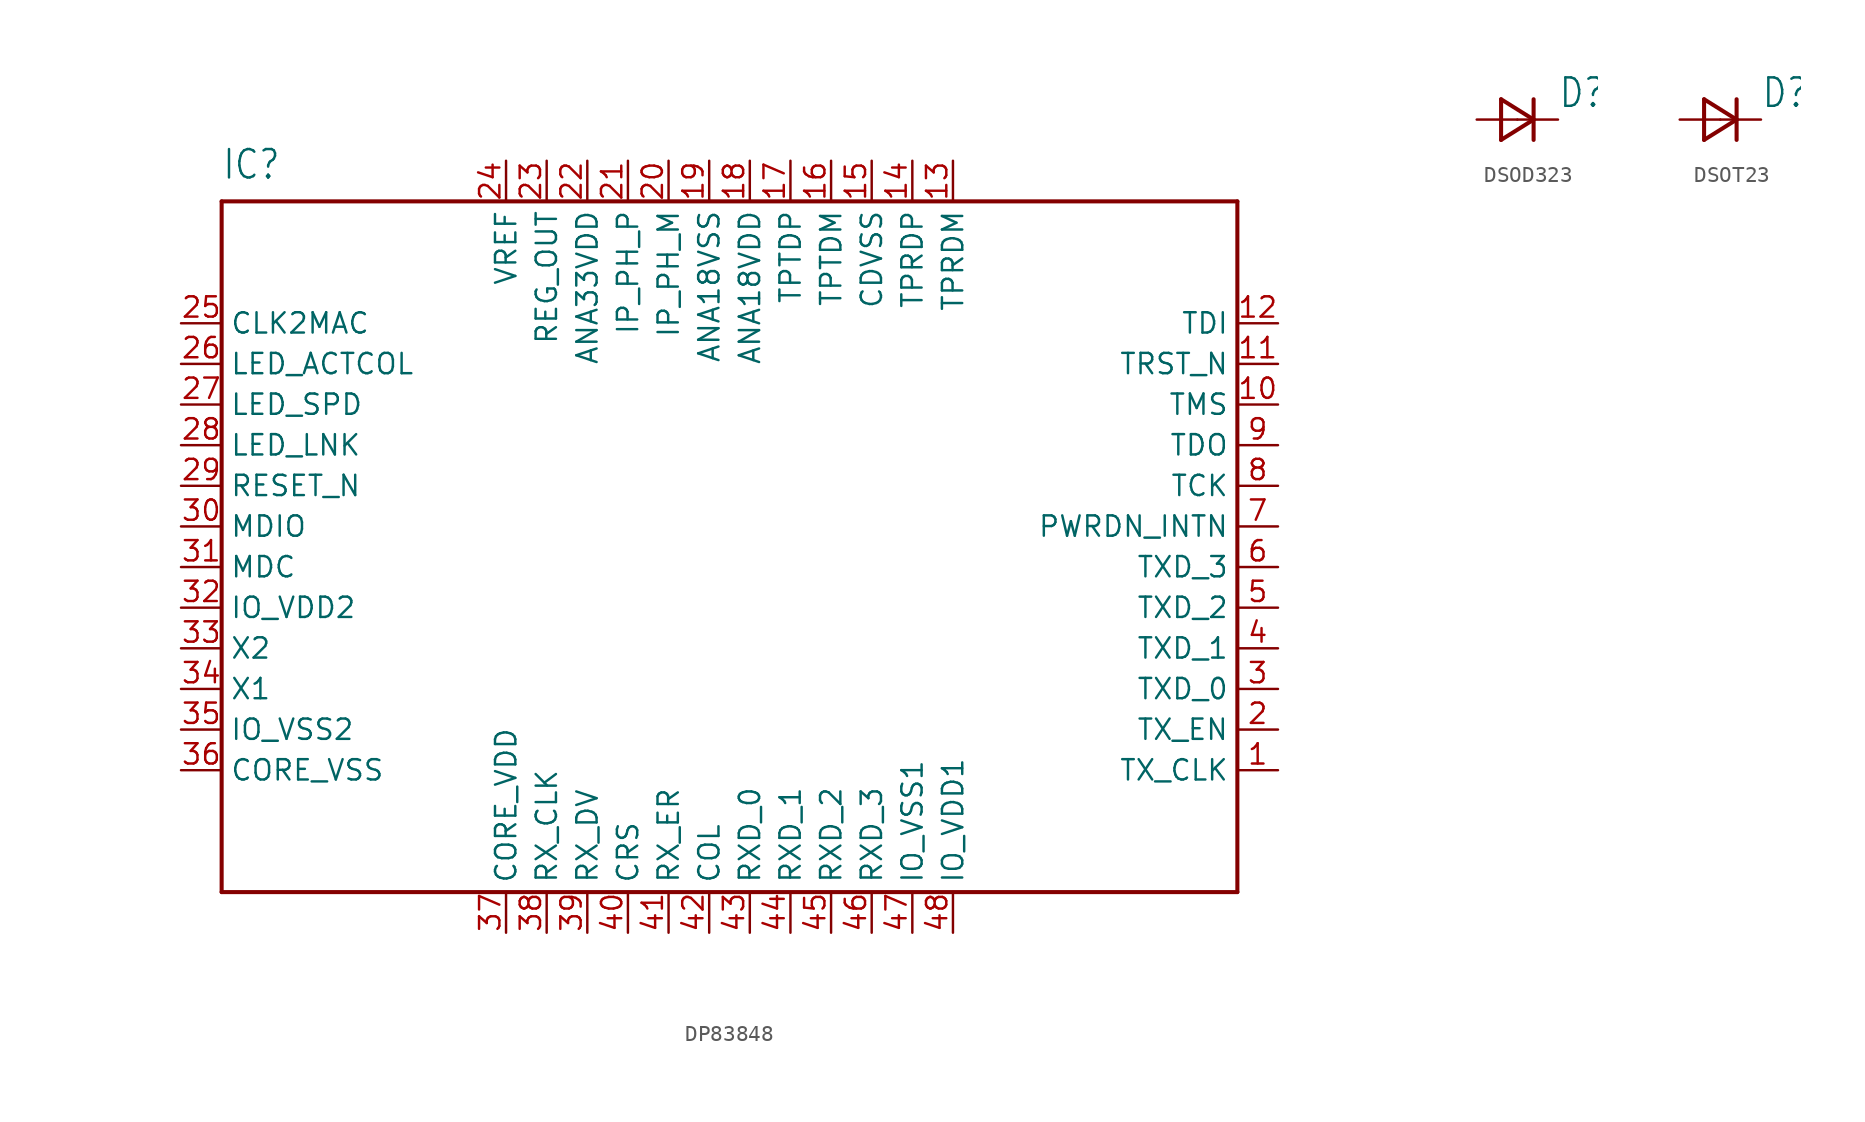
<source format=kicad_sym>
(kicad_symbol_lib
  (version 20220914)
  (generator kicad_symbol_editor)
  (symbol "DP83848"
    (property "Reference" "IC"
      (at -33.02 21.59 0)
      (effects (font (size 1.778 1.511)) (justify left bottom)))
    (property "Value" ""
      (at -33.02 -25.4 0)
      (effects (font (size 1.778 1.511)) (justify left bottom)))
    (property "ki_locked" ""
      (at 0 0 0)
      (effects (font (size 1.27 1.27))))
    (symbol "DP83848_1_0"
      (polyline (pts (xy -33.02 -22.86) (xy 30.48 -22.86)) (stroke (width 0.254) (type solid)) (fill (type none)))
      (polyline (pts (xy -33.02 20.32) (xy -33.02 -22.86)) (stroke (width 0.254) (type solid)) (fill (type none)))
      (polyline (pts (xy 30.48 -22.86) (xy 30.48 20.32)) (stroke (width 0.254) (type solid)) (fill (type none)))
      (polyline (pts (xy 30.48 20.32) (xy -33.02 20.32)) (stroke (width 0.254) (type solid)) (fill (type none)))
      (pin bidirectional line (at 33.02 -15.24 180) (length 2.54) (name "TX_CLK" (effects (font (size 1.27 1.27)))) (number "1" (effects (font (size 1.27 1.27)))))
      (pin input line (at 33.02 7.62 180) (length 2.54) (name "TMS" (effects (font (size 1.27 1.27)))) (number "10" (effects (font (size 1.27 1.27)))))
      (pin input line (at 33.02 10.16 180) (length 2.54) (name "TRST_N" (effects (font (size 1.27 1.27)))) (number "11" (effects (font (size 1.27 1.27)))))
      (pin input line (at 33.02 12.7 180) (length 2.54) (name "TDI" (effects (font (size 1.27 1.27)))) (number "12" (effects (font (size 1.27 1.27)))))
      (pin bidirectional line (at 12.7 22.86 270) (length 2.54) (name "TPRDM" (effects (font (size 1.27 1.27)))) (number "13" (effects (font (size 1.27 1.27)))))
      (pin bidirectional line (at 10.16 22.86 270) (length 2.54) (name "TPRDP" (effects (font (size 1.27 1.27)))) (number "14" (effects (font (size 1.27 1.27)))))
      (pin power_in line (at 7.62 22.86 270) (length 2.54) (name "CDVSS" (effects (font (size 1.27 1.27)))) (number "15" (effects (font (size 1.27 1.27)))))
      (pin bidirectional line (at 5.08 22.86 270) (length 2.54) (name "TPTDM" (effects (font (size 1.27 1.27)))) (number "16" (effects (font (size 1.27 1.27)))))
      (pin bidirectional line (at 2.54 22.86 270) (length 2.54) (name "TPTDP" (effects (font (size 1.27 1.27)))) (number "17" (effects (font (size 1.27 1.27)))))
      (pin power_in line (at 0 22.86 270) (length 2.54) (name "ANA18VDD" (effects (font (size 1.27 1.27)))) (number "18" (effects (font (size 1.27 1.27)))))
      (pin power_in line (at -2.54 22.86 270) (length 2.54) (name "ANA18VSS" (effects (font (size 1.27 1.27)))) (number "19" (effects (font (size 1.27 1.27)))))
      (pin bidirectional line (at 33.02 -12.7 180) (length 2.54) (name "TX_EN" (effects (font (size 1.27 1.27)))) (number "2" (effects (font (size 1.27 1.27)))))
      (pin input line (at -5.08 22.86 270) (length 2.54) (name "IP_PH_M" (effects (font (size 1.27 1.27)))) (number "20" (effects (font (size 1.27 1.27)))))
      (pin input line (at -7.62 22.86 270) (length 2.54) (name "IP_PH_P" (effects (font (size 1.27 1.27)))) (number "21" (effects (font (size 1.27 1.27)))))
      (pin power_in line (at -10.16 22.86 270) (length 2.54) (name "ANA33VDD" (effects (font (size 1.27 1.27)))) (number "22" (effects (font (size 1.27 1.27)))))
      (pin output line (at -12.7 22.86 270) (length 2.54) (name "REG_OUT" (effects (font (size 1.27 1.27)))) (number "23" (effects (font (size 1.27 1.27)))))
      (pin bidirectional line (at -15.24 22.86 270) (length 2.54) (name "VREF" (effects (font (size 1.27 1.27)))) (number "24" (effects (font (size 1.27 1.27)))))
      (pin bidirectional line (at -35.56 12.7 0) (length 2.54) (name "CLK2MAC" (effects (font (size 1.27 1.27)))) (number "25" (effects (font (size 1.27 1.27)))))
      (pin bidirectional line (at -35.56 10.16 0) (length 2.54) (name "LED_ACTCOL" (effects (font (size 1.27 1.27)))) (number "26" (effects (font (size 1.27 1.27)))))
      (pin bidirectional line (at -35.56 7.62 0) (length 2.54) (name "LED_SPD" (effects (font (size 1.27 1.27)))) (number "27" (effects (font (size 1.27 1.27)))))
      (pin bidirectional line (at -35.56 5.08 0) (length 2.54) (name "LED_LNK" (effects (font (size 1.27 1.27)))) (number "28" (effects (font (size 1.27 1.27)))))
      (pin input line (at -35.56 2.54 0) (length 2.54) (name "RESET_N" (effects (font (size 1.27 1.27)))) (number "29" (effects (font (size 1.27 1.27)))))
      (pin bidirectional line (at 33.02 -10.16 180) (length 2.54) (name "TXD_0" (effects (font (size 1.27 1.27)))) (number "3" (effects (font (size 1.27 1.27)))))
      (pin bidirectional line (at -35.56 0 0) (length 2.54) (name "MDIO" (effects (font (size 1.27 1.27)))) (number "30" (effects (font (size 1.27 1.27)))))
      (pin input line (at -35.56 -2.54 0) (length 2.54) (name "MDC" (effects (font (size 1.27 1.27)))) (number "31" (effects (font (size 1.27 1.27)))))
      (pin power_in line (at -35.56 -5.08 0) (length 2.54) (name "IO_VDD2" (effects (font (size 1.27 1.27)))) (number "32" (effects (font (size 1.27 1.27)))))
      (pin output line (at -35.56 -7.62 0) (length 2.54) (name "X2" (effects (font (size 1.27 1.27)))) (number "33" (effects (font (size 1.27 1.27)))))
      (pin input line (at -35.56 -10.16 0) (length 2.54) (name "X1" (effects (font (size 1.27 1.27)))) (number "34" (effects (font (size 1.27 1.27)))))
      (pin power_in line (at -35.56 -12.7 0) (length 2.54) (name "IO_VSS2" (effects (font (size 1.27 1.27)))) (number "35" (effects (font (size 1.27 1.27)))))
      (pin power_in line (at -35.56 -15.24 0) (length 2.54) (name "CORE_VSS" (effects (font (size 1.27 1.27)))) (number "36" (effects (font (size 1.27 1.27)))))
      (pin power_in line (at -15.24 -25.4 90) (length 2.54) (name "CORE_VDD" (effects (font (size 1.27 1.27)))) (number "37" (effects (font (size 1.27 1.27)))))
      (pin bidirectional line (at -12.7 -25.4 90) (length 2.54) (name "RX_CLK" (effects (font (size 1.27 1.27)))) (number "38" (effects (font (size 1.27 1.27)))))
      (pin bidirectional line (at -10.16 -25.4 90) (length 2.54) (name "RX_DV" (effects (font (size 1.27 1.27)))) (number "39" (effects (font (size 1.27 1.27)))))
      (pin bidirectional line (at 33.02 -7.62 180) (length 2.54) (name "TXD_1" (effects (font (size 1.27 1.27)))) (number "4" (effects (font (size 1.27 1.27)))))
      (pin bidirectional line (at -7.62 -25.4 90) (length 2.54) (name "CRS" (effects (font (size 1.27 1.27)))) (number "40" (effects (font (size 1.27 1.27)))))
      (pin bidirectional line (at -5.08 -25.4 90) (length 2.54) (name "RX_ER" (effects (font (size 1.27 1.27)))) (number "41" (effects (font (size 1.27 1.27)))))
      (pin bidirectional line (at -2.54 -25.4 90) (length 2.54) (name "COL" (effects (font (size 1.27 1.27)))) (number "42" (effects (font (size 1.27 1.27)))))
      (pin bidirectional line (at 0 -25.4 90) (length 2.54) (name "RXD_0" (effects (font (size 1.27 1.27)))) (number "43" (effects (font (size 1.27 1.27)))))
      (pin bidirectional line (at 2.54 -25.4 90) (length 2.54) (name "RXD_1" (effects (font (size 1.27 1.27)))) (number "44" (effects (font (size 1.27 1.27)))))
      (pin bidirectional line (at 5.08 -25.4 90) (length 2.54) (name "RXD_2" (effects (font (size 1.27 1.27)))) (number "45" (effects (font (size 1.27 1.27)))))
      (pin bidirectional line (at 7.62 -25.4 90) (length 2.54) (name "RXD_3" (effects (font (size 1.27 1.27)))) (number "46" (effects (font (size 1.27 1.27)))))
      (pin power_in line (at 10.16 -25.4 90) (length 2.54) (name "IO_VSS1" (effects (font (size 1.27 1.27)))) (number "47" (effects (font (size 1.27 1.27)))))
      (pin power_in line (at 12.7 -25.4 90) (length 2.54) (name "IO_VDD1" (effects (font (size 1.27 1.27)))) (number "48" (effects (font (size 1.27 1.27)))))
      (pin bidirectional line (at 33.02 -5.08 180) (length 2.54) (name "TXD_2" (effects (font (size 1.27 1.27)))) (number "5" (effects (font (size 1.27 1.27)))))
      (pin bidirectional line (at 33.02 -2.54 180) (length 2.54) (name "TXD_3" (effects (font (size 1.27 1.27)))) (number "6" (effects (font (size 1.27 1.27)))))
      (pin bidirectional line (at 33.02 0 180) (length 2.54) (name "PWRDN_INTN" (effects (font (size 1.27 1.27)))) (number "7" (effects (font (size 1.27 1.27)))))
      (pin input line (at 33.02 2.54 180) (length 2.54) (name "TCK" (effects (font (size 1.27 1.27)))) (number "8" (effects (font (size 1.27 1.27)))))
      (pin output line (at 33.02 5.08 180) (length 2.54) (name "TDO" (effects (font (size 1.27 1.27)))) (number "9" (effects (font (size 1.27 1.27)))))))
  (symbol "DSOD323"
    (property "Reference" "D"
      (at 2.54 0.635 0)
      (effects (font (size 1.778 1.511)) (justify left bottom)))
    (property "Value" ""
      (at 2.54 -1.905 0)
      (effects (font (size 1.778 1.511)) (justify left bottom)))
    (property "ki_locked" ""
      (at 0 0 0)
      (effects (font (size 1.27 1.27))))
    (symbol "DSOD323_1_0"
      (polyline (pts (xy -1.016 -1.27) (xy 1.016 0)) (stroke (width 0.254) (type solid)) (fill (type none)))
      (polyline (pts (xy -1.016 1.27) (xy -1.016 -1.27)) (stroke (width 0.254) (type solid)) (fill (type none)))
      (polyline (pts (xy 1.016 0) (xy -1.016 1.27)) (stroke (width 0.254) (type solid)) (fill (type none)))
      (polyline (pts (xy 1.016 0) (xy 1.016 -1.27)) (stroke (width 0.254) (type solid)) (fill (type none)))
      (polyline (pts (xy 1.016 1.27) (xy 1.016 0)) (stroke (width 0.254) (type solid)) (fill (type none)))
      (pin passive line (at 2.54 0 180) (length 2.54) (name "C" (effects (font (size 0 0)))) (number "1" (effects (font (size 0 0)))))
      (pin passive line (at -2.54 0 0) (length 2.54) (name "A" (effects (font (size 0 0)))) (number "2" (effects (font (size 0 0)))))))
  (symbol "DSOT23"
    (property "Reference" "D"
      (at 2.54 0.635 0)
      (effects (font (size 1.778 1.511)) (justify left bottom)))
    (property "Value" ""
      (at 2.54 -1.905 0)
      (effects (font (size 1.778 1.511)) (justify left bottom)))
    (property "ki_locked" ""
      (at 0 0 0)
      (effects (font (size 1.27 1.27))))
    (symbol "DSOT23_1_0"
      (polyline (pts (xy -1.016 -1.27) (xy 1.016 0)) (stroke (width 0.254) (type solid)) (fill (type none)))
      (polyline (pts (xy -1.016 1.27) (xy -1.016 -1.27)) (stroke (width 0.254) (type solid)) (fill (type none)))
      (polyline (pts (xy 1.016 0) (xy -1.016 1.27)) (stroke (width 0.254) (type solid)) (fill (type none)))
      (polyline (pts (xy 1.016 0) (xy 1.016 -1.27)) (stroke (width 0.254) (type solid)) (fill (type none)))
      (polyline (pts (xy 1.016 1.27) (xy 1.016 0)) (stroke (width 0.254) (type solid)) (fill (type none)))
      (pin passive line (at 2.54 0 180) (length 2.54) (name "C" (effects (font (size 0 0)))) (number "1" (effects (font (size 0 0)))))
      (pin passive line (at -2.54 0 0) (length 2.54) (name "A" (effects (font (size 0 0)))) (number "3" (effects (font (size 0 0))))))))
</source>
